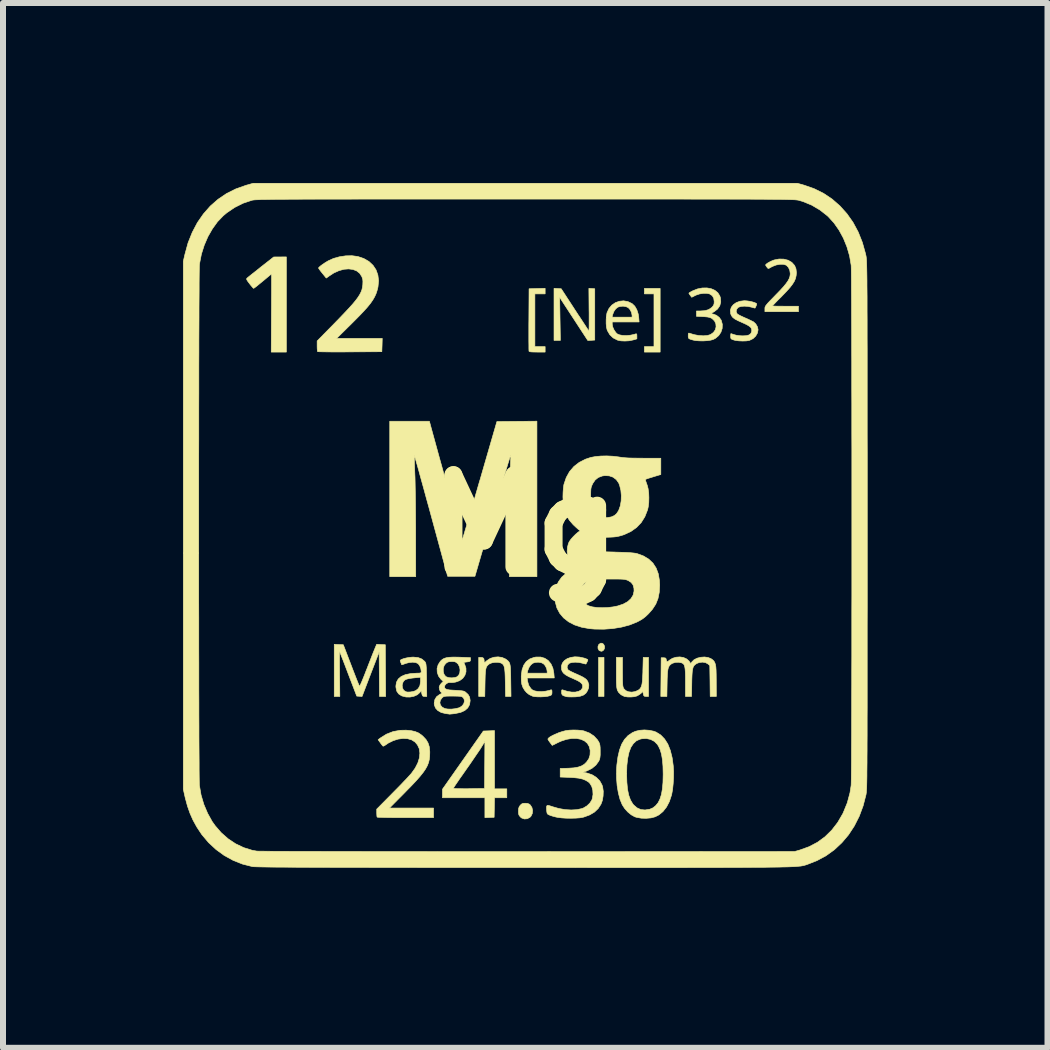
<source format=kicad_pcb>
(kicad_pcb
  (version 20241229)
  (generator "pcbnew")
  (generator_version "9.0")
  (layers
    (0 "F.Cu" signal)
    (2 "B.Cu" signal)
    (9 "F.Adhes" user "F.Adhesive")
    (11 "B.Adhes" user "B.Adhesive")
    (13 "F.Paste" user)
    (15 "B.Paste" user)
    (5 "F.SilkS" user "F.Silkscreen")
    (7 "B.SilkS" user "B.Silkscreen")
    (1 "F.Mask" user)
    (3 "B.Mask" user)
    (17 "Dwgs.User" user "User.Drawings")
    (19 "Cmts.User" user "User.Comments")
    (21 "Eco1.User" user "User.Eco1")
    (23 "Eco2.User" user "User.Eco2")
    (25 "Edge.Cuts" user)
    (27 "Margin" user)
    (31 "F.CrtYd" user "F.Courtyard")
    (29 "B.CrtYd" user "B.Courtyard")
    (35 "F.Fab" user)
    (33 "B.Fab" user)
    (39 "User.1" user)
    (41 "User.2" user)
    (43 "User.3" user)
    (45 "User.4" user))
  (footprint "Mg"
    (layer "F.Cu")
    (at 5.705 5.705)
    (property "Reference" "Mg" (at 0 0 0) (layer "F.SilkS") (effects (font (size 1.524 1.524) (thickness 0.3))))
    (attr through_hole)
    (fp_poly (pts (xy 1.312 2.853) (xy 1.221 2.853) (xy 1.221 2.202) (xy 1.312 2.202) (xy 1.312 2.853)) (stroke (width 0.01) (type solid)) (fill yes) (layer "F.SilkS"))
    (fp_poly (pts (xy 2.248 -2.887) (xy 1.985 -2.887) (xy 1.985 -2.978) (xy 2.145 -2.978) (xy 2.145 -3.857) (xy 1.985 -3.857) (xy 1.985 -3.948) (xy 2.248 -3.948) (xy 2.248 -2.887)) (stroke (width 0.01) (type solid)) (fill yes) (layer "F.SilkS"))
    (fp_poly (pts (xy 1.289 1.97) (xy 1.305 1.983) (xy 1.321 2.014) (xy 1.321 2.048) (xy 1.308 2.078) (xy 1.284 2.096) (xy 1.267 2.1) (xy 1.241 2.092) (xy 1.227 2.082) (xy 1.212 2.052) (xy 1.212 2.017) (xy 1.226 1.986) (xy 1.23 1.982) (xy 1.261 1.964) (xy 1.289 1.97)) (stroke (width 0.01) (type solid)) (fill yes) (layer "F.SilkS"))
    (fp_poly (pts (xy 0.331 -3.857) (xy 0.16 -3.857) (xy 0.16 -2.978) (xy 0.331 -2.978) (xy 0.331 -2.887) (xy 0.199 -2.887) (xy 0.137 -2.888) (xy 0.094 -2.89) (xy 0.07 -2.895) (xy 0.062 -2.901) (xy 0.061 -2.915) (xy 0.06 -2.95) (xy 0.06 -3.002) (xy 0.059 -3.071) (xy 0.059 -3.152) (xy 0.059 -3.245) (xy 0.059 -3.346) (xy 0.06 -3.429) (xy 0.063 -3.942) (xy 0.197 -3.946) (xy 0.331 -3.949) (xy 0.331 -3.857)) (stroke (width 0.01) (type solid)) (fill yes) (layer "F.SilkS"))
    (fp_poly (pts (xy 0.039 4.636) (xy 0.067 4.648) (xy 0.083 4.661) (xy 0.111 4.704) (xy 0.122 4.754) (xy 0.117 4.804) (xy 0.095 4.849) (xy 0.078 4.867) (xy 0.033 4.891) (xy -0.015 4.895) (xy -0.06 4.879) (xy -0.081 4.862) (xy -0.101 4.838) (xy -0.111 4.814) (xy -0.114 4.779) (xy -0.114 4.766) (xy -0.112 4.723) (xy -0.102 4.693) (xy -0.085 4.668) (xy -0.062 4.646) (xy -0.038 4.635) (xy -0.003 4.633) (xy -0.001 4.633) (xy 0.039 4.636)) (stroke (width 0.01) (type solid)) (fill yes) (layer "F.SilkS"))
    (fp_poly (pts (xy 1.109 -3.946) (xy 1.158 -3.942) (xy 1.158 -3.087) (xy 1.1 -3.083) (xy 1.042 -3.08) (xy 0.573 -3.799) (xy 0.585 -3.081) (xy 0.479 -3.081) (xy 0.479 -3.949) (xy 0.539 -3.946) (xy 0.599 -3.942) (xy 0.827 -3.592) (xy 0.879 -3.512) (xy 0.928 -3.439) (xy 0.971 -3.373) (xy 1.007 -3.318) (xy 1.035 -3.275) (xy 1.054 -3.248) (xy 1.061 -3.237) (xy 1.061 -3.237) (xy 1.062 -3.246) (xy 1.063 -3.276) (xy 1.064 -3.323) (xy 1.064 -3.385) (xy 1.064 -3.459) (xy 1.064 -3.543) (xy 1.063 -3.59) (xy 1.06 -3.949) (xy 1.109 -3.946)) (stroke (width 0.01) (type solid)) (fill yes) (layer "F.SilkS"))
    (fp_poly (pts (xy -3.982 -2.887) (xy -4.234 -2.887) (xy -4.231 -3.537) (xy -4.23 -3.657) (xy -4.23 -3.769) (xy -4.229 -3.872) (xy -4.229 -3.964) (xy -4.229 -4.043) (xy -4.229 -4.107) (xy -4.229 -4.154) (xy -4.23 -4.181) (xy -4.23 -4.188) (xy -4.239 -4.181) (xy -4.263 -4.162) (xy -4.298 -4.133) (xy -4.342 -4.096) (xy -4.376 -4.068) (xy -4.425 -4.028) (xy -4.467 -3.993) (xy -4.501 -3.967) (xy -4.522 -3.952) (xy -4.528 -3.949) (xy -4.538 -3.957) (xy -4.558 -3.98) (xy -4.585 -4.012) (xy -4.595 -4.026) (xy -4.624 -4.064) (xy -4.64 -4.089) (xy -4.645 -4.105) (xy -4.641 -4.116) (xy -4.639 -4.118) (xy -4.626 -4.129) (xy -4.598 -4.152) (xy -4.557 -4.185) (xy -4.506 -4.225) (xy -4.448 -4.271) (xy -4.409 -4.303) (xy -4.193 -4.472) (xy -3.982 -4.473) (xy -3.982 -2.887)) (stroke (width 0.01) (type solid)) (fill yes) (layer "F.SilkS"))
    (fp_poly (pts (xy -0.513 4.393) (xy -0.308 4.393) (xy -0.308 4.541) (xy -0.513 4.541) (xy -0.519 4.867) (xy -0.596 4.87) (xy -0.673 4.873) (xy -0.673 4.541) (xy -1.381 4.541) (xy -1.38 4.399) (xy -1.369 4.383) (xy -1.198 4.383) (xy -1.187 4.386) (xy -1.155 4.389) (xy -1.103 4.39) (xy -1.034 4.391) (xy -0.948 4.391) (xy -0.939 4.39) (xy -0.679 4.387) (xy -0.676 3.994) (xy -0.673 3.602) (xy -0.728 3.692) (xy -0.748 3.725) (xy -0.78 3.772) (xy -0.821 3.832) (xy -0.868 3.901) (xy -0.919 3.976) (xy -0.973 4.053) (xy -0.99 4.077) (xy -1.041 4.15) (xy -1.088 4.216) (xy -1.128 4.275) (xy -1.161 4.323) (xy -1.184 4.358) (xy -1.196 4.379) (xy -1.198 4.383) (xy -1.369 4.383) (xy -0.699 3.429) (xy -0.606 3.426) (xy -0.513 3.422) (xy -0.513 4.393)) (stroke (width 0.01) (type solid)) (fill yes) (layer "F.SilkS"))
    (fp_poly (pts (xy -0.387 2.203) (xy -0.33 2.228) (xy -0.33 2.228) (xy -0.305 2.246) (xy -0.285 2.263) (xy -0.27 2.282) (xy -0.259 2.305) (xy -0.252 2.337) (xy -0.247 2.38) (xy -0.245 2.438) (xy -0.243 2.512) (xy -0.242 2.585) (xy -0.238 2.853) (xy -0.329 2.853) (xy -0.333 2.616) (xy -0.335 2.526) (xy -0.338 2.455) (xy -0.343 2.402) (xy -0.35 2.363) (xy -0.36 2.335) (xy -0.374 2.316) (xy -0.392 2.302) (xy -0.41 2.294) (xy -0.452 2.284) (xy -0.503 2.284) (xy -0.554 2.292) (xy -0.595 2.308) (xy -0.602 2.313) (xy -0.623 2.33) (xy -0.639 2.348) (xy -0.651 2.371) (xy -0.659 2.403) (xy -0.664 2.445) (xy -0.668 2.502) (xy -0.67 2.577) (xy -0.671 2.627) (xy -0.675 2.853) (xy -0.776 2.853) (xy -0.776 2.202) (xy -0.737 2.202) (xy -0.707 2.207) (xy -0.69 2.225) (xy -0.685 2.259) (xy -0.685 2.267) (xy -0.685 2.296) (xy -0.64 2.256) (xy -0.586 2.22) (xy -0.521 2.199) (xy -0.453 2.193) (xy -0.387 2.203)) (stroke (width 0.01) (type solid)) (fill yes) (layer "F.SilkS"))
    (fp_poly (pts (xy 1.62 2.445) (xy 1.621 2.526) (xy 1.621 2.588) (xy 1.623 2.634) (xy 1.625 2.667) (xy 1.629 2.69) (xy 1.634 2.707) (xy 1.641 2.722) (xy 1.643 2.724) (xy 1.675 2.756) (xy 1.721 2.775) (xy 1.774 2.781) (xy 1.83 2.772) (xy 1.879 2.751) (xy 1.903 2.734) (xy 1.921 2.713) (xy 1.935 2.685) (xy 1.945 2.648) (xy 1.952 2.598) (xy 1.956 2.531) (xy 1.96 2.446) (xy 1.96 2.422) (xy 1.966 2.202) (xy 2.054 2.202) (xy 2.054 2.853) (xy 2.014 2.853) (xy 1.988 2.85) (xy 1.975 2.839) (xy 1.967 2.812) (xy 1.96 2.771) (xy 1.93 2.8) (xy 1.898 2.824) (xy 1.861 2.845) (xy 1.857 2.846) (xy 1.816 2.857) (xy 1.762 2.862) (xy 1.706 2.861) (xy 1.658 2.854) (xy 1.652 2.853) (xy 1.597 2.825) (xy 1.554 2.783) (xy 1.536 2.75) (xy 1.53 2.73) (xy 1.525 2.704) (xy 1.522 2.669) (xy 1.519 2.622) (xy 1.518 2.559) (xy 1.518 2.478) (xy 1.518 2.453) (xy 1.518 2.202) (xy 1.62 2.202) (xy 1.62 2.445)) (stroke (width 0.01) (type solid)) (fill yes) (layer "F.SilkS"))
    (fp_poly (pts (xy -2.405 1.988) (xy -2.333 1.991) (xy -2.327 2.853) (xy -2.43 2.853) (xy -2.433 2.482) (xy -2.436 2.112) (xy -2.579 2.483) (xy -2.721 2.854) (xy -2.765 2.85) (xy -2.809 2.847) (xy -2.95 2.478) (xy -2.983 2.391) (xy -3.013 2.312) (xy -3.04 2.242) (xy -3.063 2.184) (xy -3.08 2.14) (xy -3.091 2.113) (xy -3.094 2.105) (xy -3.095 2.115) (xy -3.096 2.145) (xy -3.096 2.193) (xy -3.096 2.256) (xy -3.096 2.331) (xy -3.095 2.416) (xy -3.095 2.477) (xy -3.091 2.853) (xy -3.184 2.853) (xy -3.184 1.984) (xy -3.108 1.988) (xy -3.033 1.991) (xy -2.902 2.333) (xy -2.87 2.417) (xy -2.84 2.494) (xy -2.814 2.561) (xy -2.792 2.616) (xy -2.775 2.656) (xy -2.765 2.679) (xy -2.763 2.684) (xy -2.757 2.676) (xy -2.744 2.649) (xy -2.725 2.606) (xy -2.702 2.55) (xy -2.675 2.483) (xy -2.646 2.407) (xy -2.642 2.399) (xy -2.611 2.318) (xy -2.581 2.242) (xy -2.554 2.172) (xy -2.531 2.114) (xy -2.513 2.07) (xy -2.503 2.045) (xy -2.477 1.984) (xy -2.405 1.988)) (stroke (width 0.01) (type solid)) (fill yes) (layer "F.SilkS"))
    (fp_poly (pts (xy 0.324 2.216) (xy 0.382 2.254) (xy 0.428 2.31) (xy 0.46 2.381) (xy 0.476 2.465) (xy 0.483 2.545) (xy 0.031 2.545) (xy 0.038 2.598) (xy 0.057 2.667) (xy 0.093 2.721) (xy 0.117 2.743) (xy 0.156 2.76) (xy 0.21 2.77) (xy 0.274 2.772) (xy 0.34 2.765) (xy 0.404 2.751) (xy 0.426 2.743) (xy 0.438 2.743) (xy 0.444 2.756) (xy 0.445 2.782) (xy 0.443 2.812) (xy 0.433 2.829) (xy 0.41 2.841) (xy 0.408 2.841) (xy 0.368 2.851) (xy 0.316 2.857) (xy 0.257 2.86) (xy 0.199 2.859) (xy 0.151 2.855) (xy 0.123 2.849) (xy 0.065 2.822) (xy 0.021 2.787) (xy -0.012 2.748) (xy -0.04 2.701) (xy -0.058 2.65) (xy -0.066 2.59) (xy -0.067 2.514) (xy -0.066 2.505) (xy -0.061 2.465) (xy 0.032 2.465) (xy 0.365 2.465) (xy 0.365 2.436) (xy 0.356 2.386) (xy 0.331 2.338) (xy 0.302 2.307) (xy 0.264 2.289) (xy 0.215 2.282) (xy 0.165 2.286) (xy 0.126 2.299) (xy 0.091 2.328) (xy 0.061 2.372) (xy 0.041 2.423) (xy 0.04 2.428) (xy 0.032 2.465) (xy -0.061 2.465) (xy -0.054 2.41) (xy -0.026 2.332) (xy 0.016 2.272) (xy 0.074 2.228) (xy 0.146 2.202) (xy 0.178 2.196) (xy 0.256 2.196) (xy 0.324 2.216)) (stroke (width 0.01) (type solid)) (fill yes) (layer "F.SilkS"))
    (fp_poly (pts (xy 1.711 -3.728) (xy 1.78 -3.695) (xy 1.781 -3.694) (xy 1.825 -3.652) (xy 1.859 -3.593) (xy 1.882 -3.522) (xy 1.89 -3.471) (xy 1.897 -3.389) (xy 1.449 -3.389) (xy 1.449 -3.351) (xy 1.457 -3.307) (xy 1.478 -3.259) (xy 1.507 -3.215) (xy 1.532 -3.19) (xy 1.57 -3.174) (xy 1.623 -3.164) (xy 1.686 -3.162) (xy 1.751 -3.168) (xy 1.813 -3.181) (xy 1.84 -3.19) (xy 1.853 -3.191) (xy 1.859 -3.18) (xy 1.86 -3.152) (xy 1.86 -3.107) (xy 1.794 -3.088) (xy 1.729 -3.075) (xy 1.66 -3.071) (xy 1.594 -3.074) (xy 1.54 -3.085) (xy 1.538 -3.086) (xy 1.465 -3.123) (xy 1.409 -3.176) (xy 1.368 -3.246) (xy 1.363 -3.261) (xy 1.353 -3.304) (xy 1.348 -3.361) (xy 1.348 -3.425) (xy 1.351 -3.469) (xy 1.447 -3.469) (xy 1.78 -3.469) (xy 1.78 -3.498) (xy 1.771 -3.547) (xy 1.746 -3.595) (xy 1.717 -3.627) (xy 1.679 -3.644) (xy 1.63 -3.652) (xy 1.579 -3.647) (xy 1.541 -3.635) (xy 1.506 -3.606) (xy 1.476 -3.562) (xy 1.456 -3.51) (xy 1.455 -3.506) (xy 1.447 -3.469) (xy 1.351 -3.469) (xy 1.352 -3.486) (xy 1.361 -3.537) (xy 1.363 -3.544) (xy 1.395 -3.613) (xy 1.442 -3.669) (xy 1.501 -3.71) (xy 1.568 -3.734) (xy 1.639 -3.741) (xy 1.711 -3.728)) (stroke (width 0.01) (type solid)) (fill yes) (layer "F.SilkS"))
    (fp_poly (pts (xy 4.308 -4.436) (xy 4.38 -4.418) (xy 4.439 -4.384) (xy 4.446 -4.378) (xy 4.489 -4.33) (xy 4.512 -4.274) (xy 4.519 -4.212) (xy 4.515 -4.164) (xy 4.505 -4.117) (xy 4.486 -4.07) (xy 4.455 -4.02) (xy 4.413 -3.965) (xy 4.356 -3.901) (xy 4.284 -3.826) (xy 4.266 -3.807) (xy 4.219 -3.761) (xy 4.178 -3.719) (xy 4.147 -3.686) (xy 4.126 -3.665) (xy 4.119 -3.656) (xy 4.13 -3.655) (xy 4.16 -3.653) (xy 4.206 -3.652) (xy 4.264 -3.652) (xy 4.331 -3.651) (xy 4.336 -3.651) (xy 4.553 -3.651) (xy 4.553 -3.56) (xy 3.994 -3.56) (xy 3.994 -3.608) (xy 3.994 -3.624) (xy 3.997 -3.638) (xy 4.005 -3.655) (xy 4.019 -3.674) (xy 4.041 -3.701) (xy 4.074 -3.736) (xy 4.119 -3.782) (xy 4.174 -3.839) (xy 4.247 -3.914) (xy 4.304 -3.976) (xy 4.347 -4.029) (xy 4.378 -4.073) (xy 4.399 -4.113) (xy 4.411 -4.149) (xy 4.416 -4.186) (xy 4.416 -4.198) (xy 4.408 -4.251) (xy 4.386 -4.298) (xy 4.355 -4.331) (xy 4.347 -4.336) (xy 4.301 -4.35) (xy 4.244 -4.35) (xy 4.181 -4.338) (xy 4.119 -4.314) (xy 4.082 -4.294) (xy 4.059 -4.281) (xy 4.045 -4.282) (xy 4.03 -4.299) (xy 4.028 -4.302) (xy 4.012 -4.324) (xy 4.005 -4.339) (xy 4.005 -4.339) (xy 4.015 -4.352) (xy 4.039 -4.37) (xy 4.074 -4.39) (xy 4.112 -4.408) (xy 4.148 -4.422) (xy 4.148 -4.422) (xy 4.23 -4.438) (xy 4.308 -4.436)) (stroke (width 0.01) (type solid)) (fill yes) (layer "F.SilkS"))
    (fp_poly (pts (xy -1.903 3.423) (xy -1.836 3.438) (xy -1.78 3.461) (xy -1.729 3.496) (xy -1.707 3.515) (xy -1.655 3.57) (xy -1.621 3.627) (xy -1.6 3.692) (xy -1.592 3.77) (xy -1.592 3.794) (xy -1.594 3.852) (xy -1.6 3.905) (xy -1.613 3.957) (xy -1.633 4.008) (xy -1.662 4.061) (xy -1.701 4.118) (xy -1.752 4.182) (xy -1.815 4.254) (xy -1.892 4.336) (xy -1.985 4.431) (xy -2.006 4.453) (xy -2.264 4.713) (xy -1.529 4.713) (xy -1.529 4.872) (xy -1.995 4.872) (xy -2.096 4.872) (xy -2.19 4.872) (xy -2.274 4.871) (xy -2.346 4.87) (xy -2.404 4.868) (xy -2.445 4.867) (xy -2.466 4.865) (xy -2.468 4.865) (xy -2.473 4.85) (xy -2.475 4.82) (xy -2.476 4.794) (xy -2.476 4.731) (xy -2.216 4.468) (xy -2.149 4.4) (xy -2.085 4.335) (xy -2.027 4.274) (xy -1.975 4.22) (xy -1.934 4.175) (xy -1.905 4.143) (xy -1.897 4.134) (xy -1.835 4.047) (xy -1.791 3.961) (xy -1.765 3.877) (xy -1.757 3.797) (xy -1.767 3.724) (xy -1.797 3.66) (xy -1.837 3.613) (xy -1.893 3.577) (xy -1.961 3.557) (xy -2.038 3.553) (xy -2.12 3.564) (xy -2.202 3.59) (xy -2.283 3.63) (xy -2.325 3.659) (xy -2.35 3.675) (xy -2.368 3.682) (xy -2.371 3.681) (xy -2.382 3.67) (xy -2.401 3.646) (xy -2.416 3.625) (xy -2.453 3.574) (xy -2.415 3.545) (xy -2.313 3.481) (xy -2.202 3.438) (xy -2.085 3.417) (xy -1.985 3.415) (xy -1.903 3.423)) (stroke (width 0.01) (type solid)) (fill yes) (layer "F.SilkS"))
    (fp_poly (pts (xy 0.901 2.196) (xy 0.98 2.213) (xy 1.018 2.227) (xy 1.038 2.236) (xy 1.043 2.247) (xy 1.034 2.268) (xy 1.031 2.275) (xy 1.018 2.299) (xy 1.011 2.313) (xy 1.011 2.313) (xy 1 2.311) (xy 0.974 2.305) (xy 0.953 2.299) (xy 0.894 2.286) (xy 0.834 2.282) (xy 0.78 2.286) (xy 0.738 2.298) (xy 0.726 2.306) (xy 0.702 2.336) (xy 0.697 2.371) (xy 0.709 2.404) (xy 0.717 2.412) (xy 0.736 2.424) (xy 0.771 2.442) (xy 0.815 2.463) (xy 0.843 2.475) (xy 0.912 2.506) (xy 0.962 2.531) (xy 0.998 2.554) (xy 1.022 2.575) (xy 1.039 2.599) (xy 1.043 2.606) (xy 1.059 2.658) (xy 1.056 2.708) (xy 1.038 2.756) (xy 1.01 2.799) (xy 0.97 2.83) (xy 0.916 2.849) (xy 0.845 2.859) (xy 0.816 2.86) (xy 0.767 2.861) (xy 0.725 2.86) (xy 0.697 2.858) (xy 0.69 2.857) (xy 0.646 2.844) (xy 0.62 2.831) (xy 0.608 2.812) (xy 0.605 2.784) (xy 0.605 2.782) (xy 0.606 2.753) (xy 0.612 2.742) (xy 0.625 2.744) (xy 0.701 2.768) (xy 0.772 2.78) (xy 0.835 2.78) (xy 0.889 2.768) (xy 0.928 2.746) (xy 0.952 2.714) (xy 0.956 2.693) (xy 0.955 2.665) (xy 0.942 2.64) (xy 0.916 2.616) (xy 0.874 2.59) (xy 0.812 2.562) (xy 0.795 2.554) (xy 0.725 2.523) (xy 0.674 2.494) (xy 0.639 2.466) (xy 0.617 2.437) (xy 0.605 2.404) (xy 0.602 2.347) (xy 0.618 2.297) (xy 0.652 2.255) (xy 0.699 2.223) (xy 0.758 2.202) (xy 0.826 2.192) (xy 0.901 2.196)) (stroke (width 0.01) (type solid)) (fill yes) (layer "F.SilkS"))
    (fp_poly (pts (xy 2.637 2.204) (xy 2.69 2.228) (xy 2.73 2.264) (xy 2.736 2.273) (xy 2.758 2.306) (xy 2.777 2.277) (xy 2.813 2.241) (xy 2.864 2.215) (xy 2.924 2.2) (xy 2.987 2.195) (xy 3.048 2.204) (xy 3.097 2.224) (xy 3.122 2.242) (xy 3.142 2.261) (xy 3.157 2.285) (xy 3.168 2.316) (xy 3.176 2.358) (xy 3.18 2.413) (xy 3.182 2.485) (xy 3.183 2.575) (xy 3.183 2.599) (xy 3.184 2.853) (xy 3.082 2.853) (xy 3.079 2.595) (xy 3.075 2.337) (xy 3.043 2.31) (xy 3.004 2.289) (xy 2.954 2.281) (xy 2.901 2.287) (xy 2.856 2.304) (xy 2.832 2.321) (xy 2.813 2.339) (xy 2.799 2.363) (xy 2.79 2.395) (xy 2.783 2.438) (xy 2.779 2.495) (xy 2.776 2.571) (xy 2.775 2.627) (xy 2.771 2.853) (xy 2.67 2.853) (xy 2.67 2.612) (xy 2.67 2.522) (xy 2.668 2.451) (xy 2.664 2.397) (xy 2.658 2.358) (xy 2.649 2.33) (xy 2.637 2.312) (xy 2.621 2.3) (xy 2.606 2.293) (xy 2.556 2.283) (xy 2.502 2.285) (xy 2.454 2.3) (xy 2.445 2.304) (xy 2.421 2.321) (xy 2.403 2.339) (xy 2.389 2.363) (xy 2.379 2.395) (xy 2.372 2.438) (xy 2.368 2.496) (xy 2.365 2.571) (xy 2.364 2.627) (xy 2.36 2.853) (xy 2.259 2.853) (xy 2.262 2.53) (xy 2.265 2.208) (xy 2.305 2.208) (xy 2.333 2.211) (xy 2.346 2.223) (xy 2.348 2.231) (xy 2.355 2.263) (xy 2.365 2.274) (xy 2.382 2.266) (xy 2.402 2.249) (xy 2.453 2.217) (xy 2.513 2.199) (xy 2.576 2.194) (xy 2.637 2.204)) (stroke (width 0.01) (type solid)) (fill yes) (layer "F.SilkS"))
    (fp_poly (pts (xy -2.793 -4.48) (xy -2.791 -4.48) (xy -2.691 -4.446) (xy -2.606 -4.397) (xy -2.538 -4.333) (xy -2.488 -4.258) (xy -2.457 -4.172) (xy -2.445 -4.076) (xy -2.455 -3.974) (xy -2.457 -3.964) (xy -2.471 -3.909) (xy -2.488 -3.858) (xy -2.511 -3.808) (xy -2.541 -3.756) (xy -2.579 -3.701) (xy -2.628 -3.64) (xy -2.689 -3.572) (xy -2.763 -3.494) (xy -2.852 -3.404) (xy -2.894 -3.362) (xy -3.144 -3.115) (xy -2.764 -3.115) (xy -2.384 -3.115) (xy -2.387 -3.004) (xy -2.391 -2.893) (xy -2.922 -2.89) (xy -3.03 -2.889) (xy -3.131 -2.889) (xy -3.223 -2.889) (xy -3.303 -2.89) (xy -3.369 -2.891) (xy -3.419 -2.892) (xy -3.45 -2.893) (xy -3.461 -2.894) (xy -3.465 -2.909) (xy -3.468 -2.94) (xy -3.469 -2.981) (xy -3.469 -2.987) (xy -3.469 -3.072) (xy -3.188 -3.358) (xy -3.088 -3.461) (xy -3.003 -3.55) (xy -2.931 -3.627) (xy -2.872 -3.693) (xy -2.825 -3.75) (xy -2.788 -3.8) (xy -2.76 -3.844) (xy -2.739 -3.885) (xy -2.724 -3.923) (xy -2.715 -3.961) (xy -2.709 -4.001) (xy -2.708 -4.013) (xy -2.706 -4.062) (xy -2.709 -4.099) (xy -2.72 -4.133) (xy -2.724 -4.144) (xy -2.76 -4.2) (xy -2.811 -4.24) (xy -2.873 -4.264) (xy -2.944 -4.273) (xy -3.023 -4.267) (xy -3.105 -4.244) (xy -3.19 -4.206) (xy -3.264 -4.158) (xy -3.317 -4.12) (xy -3.381 -4.199) (xy -3.41 -4.235) (xy -3.432 -4.265) (xy -3.445 -4.285) (xy -3.446 -4.289) (xy -3.437 -4.301) (xy -3.412 -4.323) (xy -3.377 -4.349) (xy -3.334 -4.378) (xy -3.289 -4.405) (xy -3.286 -4.407) (xy -3.198 -4.447) (xy -3.098 -4.475) (xy -2.992 -4.491) (xy -2.888 -4.493) (xy -2.793 -4.48)) (stroke (width 0.01) (type solid)) (fill yes) (layer "F.SilkS"))
    (fp_poly (pts (xy 3.696 -3.74) (xy 3.742 -3.733) (xy 3.786 -3.723) (xy 3.824 -3.711) (xy 3.849 -3.699) (xy 3.857 -3.69) (xy 3.852 -3.668) (xy 3.84 -3.64) (xy 3.829 -3.62) (xy 3.818 -3.622) (xy 3.792 -3.629) (xy 3.772 -3.635) (xy 3.712 -3.648) (xy 3.652 -3.652) (xy 3.598 -3.648) (xy 3.556 -3.635) (xy 3.545 -3.628) (xy 3.521 -3.597) (xy 3.515 -3.562) (xy 3.528 -3.53) (xy 3.535 -3.522) (xy 3.555 -3.509) (xy 3.589 -3.491) (xy 3.634 -3.47) (xy 3.661 -3.458) (xy 3.711 -3.436) (xy 3.757 -3.414) (xy 3.793 -3.396) (xy 3.805 -3.39) (xy 3.842 -3.355) (xy 3.869 -3.309) (xy 3.88 -3.26) (xy 3.88 -3.258) (xy 3.869 -3.204) (xy 3.84 -3.153) (xy 3.796 -3.111) (xy 3.741 -3.084) (xy 3.734 -3.081) (xy 3.684 -3.073) (xy 3.622 -3.071) (xy 3.557 -3.074) (xy 3.499 -3.082) (xy 3.477 -3.088) (xy 3.445 -3.099) (xy 3.429 -3.11) (xy 3.424 -3.128) (xy 3.423 -3.15) (xy 3.424 -3.178) (xy 3.427 -3.194) (xy 3.427 -3.195) (xy 3.44 -3.191) (xy 3.466 -3.182) (xy 3.482 -3.177) (xy 3.52 -3.167) (xy 3.57 -3.16) (xy 3.619 -3.157) (xy 3.685 -3.16) (xy 3.731 -3.173) (xy 3.76 -3.197) (xy 3.774 -3.232) (xy 3.775 -3.24) (xy 3.773 -3.269) (xy 3.761 -3.294) (xy 3.734 -3.318) (xy 3.691 -3.344) (xy 3.63 -3.372) (xy 3.615 -3.379) (xy 3.546 -3.41) (xy 3.495 -3.437) (xy 3.46 -3.463) (xy 3.438 -3.491) (xy 3.424 -3.523) (xy 3.423 -3.527) (xy 3.418 -3.583) (xy 3.434 -3.634) (xy 3.468 -3.677) (xy 3.516 -3.711) (xy 3.578 -3.734) (xy 3.65 -3.743) (xy 3.654 -3.743) (xy 3.696 -3.74)) (stroke (width 0.01) (type solid)) (fill yes) (layer "F.SilkS"))
    (fp_poly (pts (xy 3.098 -3.943) (xy 3.16 -3.916) (xy 3.209 -3.876) (xy 3.242 -3.823) (xy 3.253 -3.79) (xy 3.258 -3.721) (xy 3.242 -3.659) (xy 3.205 -3.605) (xy 3.15 -3.561) (xy 3.145 -3.559) (xy 3.09 -3.529) (xy 3.127 -3.522) (xy 3.186 -3.5) (xy 3.234 -3.463) (xy 3.265 -3.419) (xy 3.284 -3.351) (xy 3.282 -3.282) (xy 3.261 -3.218) (xy 3.223 -3.161) (xy 3.168 -3.115) (xy 3.132 -3.097) (xy 3.089 -3.085) (xy 3.031 -3.077) (xy 2.965 -3.073) (xy 2.898 -3.074) (xy 2.837 -3.079) (xy 2.797 -3.087) (xy 2.756 -3.099) (xy 2.731 -3.109) (xy 2.72 -3.122) (xy 2.716 -3.142) (xy 2.716 -3.163) (xy 2.717 -3.192) (xy 2.724 -3.203) (xy 2.733 -3.202) (xy 2.811 -3.178) (xy 2.891 -3.163) (xy 2.968 -3.158) (xy 3.035 -3.163) (xy 3.088 -3.179) (xy 3.089 -3.18) (xy 3.136 -3.214) (xy 3.167 -3.258) (xy 3.18 -3.308) (xy 3.176 -3.359) (xy 3.154 -3.406) (xy 3.115 -3.444) (xy 3.104 -3.451) (xy 3.075 -3.464) (xy 3.035 -3.472) (xy 2.98 -3.477) (xy 2.959 -3.478) (xy 2.853 -3.483) (xy 2.853 -3.572) (xy 2.918 -3.572) (xy 2.995 -3.577) (xy 3.056 -3.595) (xy 3.104 -3.627) (xy 3.112 -3.634) (xy 3.135 -3.662) (xy 3.146 -3.688) (xy 3.149 -3.724) (xy 3.149 -3.729) (xy 3.141 -3.785) (xy 3.116 -3.827) (xy 3.072 -3.856) (xy 3.069 -3.857) (xy 3.024 -3.866) (xy 2.967 -3.866) (xy 2.905 -3.856) (xy 2.848 -3.837) (xy 2.833 -3.83) (xy 2.774 -3.8) (xy 2.751 -3.83) (xy 2.735 -3.853) (xy 2.727 -3.867) (xy 2.727 -3.868) (xy 2.736 -3.877) (xy 2.761 -3.892) (xy 2.787 -3.906) (xy 2.869 -3.939) (xy 2.95 -3.955) (xy 3.028 -3.956) (xy 3.098 -3.943)) (stroke (width 0.01) (type solid)) (fill yes) (layer "F.SilkS"))
    (fp_poly (pts (xy 2.067 3.417) (xy 2.143 3.433) (xy 2.18 3.447) (xy 2.257 3.495) (xy 2.322 3.562) (xy 2.376 3.647) (xy 2.417 3.751) (xy 2.448 3.875) (xy 2.466 4.008) (xy 2.472 4.102) (xy 2.471 4.204) (xy 2.465 4.307) (xy 2.455 4.404) (xy 2.44 4.487) (xy 2.436 4.501) (xy 2.401 4.606) (xy 2.354 4.696) (xy 2.295 4.771) (xy 2.227 4.827) (xy 2.164 4.859) (xy 2.096 4.877) (xy 2.016 4.884) (xy 1.935 4.882) (xy 1.86 4.869) (xy 1.826 4.859) (xy 1.768 4.827) (xy 1.709 4.779) (xy 1.657 4.721) (xy 1.617 4.659) (xy 1.616 4.658) (xy 1.579 4.568) (xy 1.551 4.461) (xy 1.531 4.342) (xy 1.521 4.214) (xy 1.521 4.144) (xy 1.689 4.144) (xy 1.693 4.282) (xy 1.704 4.4) (xy 1.724 4.498) (xy 1.753 4.578) (xy 1.79 4.641) (xy 1.806 4.661) (xy 1.863 4.71) (xy 1.925 4.738) (xy 1.996 4.745) (xy 2.074 4.733) (xy 2.129 4.709) (xy 2.174 4.673) (xy 2.214 4.624) (xy 2.245 4.562) (xy 2.269 4.487) (xy 2.285 4.396) (xy 2.295 4.287) (xy 2.298 4.158) (xy 2.298 4.142) (xy 2.295 4.015) (xy 2.286 3.908) (xy 2.271 3.819) (xy 2.25 3.745) (xy 2.221 3.683) (xy 2.202 3.653) (xy 2.152 3.602) (xy 2.089 3.569) (xy 2.018 3.554) (xy 1.943 3.558) (xy 1.913 3.565) (xy 1.852 3.592) (xy 1.802 3.638) (xy 1.76 3.701) (xy 1.729 3.783) (xy 1.707 3.884) (xy 1.693 4.005) (xy 1.689 4.144) (xy 1.521 4.144) (xy 1.521 4.082) (xy 1.526 3.997) (xy 1.544 3.861) (xy 1.571 3.745) (xy 1.607 3.648) (xy 1.654 3.569) (xy 1.712 3.506) (xy 1.782 3.458) (xy 1.835 3.434) (xy 1.905 3.417) (xy 1.985 3.411) (xy 2.067 3.417)) (stroke (width 0.01) (type solid)) (fill yes) (layer "F.SilkS"))
    (fp_poly (pts (xy -1.786 2.205) (xy -1.724 2.229) (xy -1.677 2.268) (xy -1.672 2.274) (xy -1.665 2.286) (xy -1.659 2.299) (xy -1.655 2.318) (xy -1.652 2.345) (xy -1.649 2.383) (xy -1.648 2.435) (xy -1.646 2.504) (xy -1.645 2.58) (xy -1.642 2.853) (xy -1.677 2.853) (xy -1.699 2.851) (xy -1.712 2.843) (xy -1.721 2.822) (xy -1.728 2.792) (xy -1.735 2.759) (xy -1.758 2.788) (xy -1.8 2.825) (xy -1.856 2.85) (xy -1.921 2.863) (xy -1.988 2.862) (xy -2.051 2.846) (xy -2.062 2.842) (xy -2.111 2.81) (xy -2.142 2.765) (xy -2.155 2.706) (xy -2.157 2.68) (xy -2.154 2.662) (xy -2.052 2.662) (xy -2.048 2.709) (xy -2.028 2.748) (xy -1.993 2.774) (xy -1.959 2.78) (xy -1.914 2.778) (xy -1.867 2.77) (xy -1.827 2.756) (xy -1.826 2.756) (xy -1.783 2.721) (xy -1.756 2.671) (xy -1.746 2.606) (xy -1.746 2.599) (xy -1.746 2.533) (xy -1.811 2.539) (xy -1.885 2.547) (xy -1.939 2.555) (xy -1.978 2.565) (xy -2.005 2.577) (xy -2.023 2.593) (xy -2.037 2.614) (xy -2.038 2.615) (xy -2.052 2.662) (xy -2.154 2.662) (xy -2.147 2.616) (xy -2.117 2.562) (xy -2.068 2.52) (xy -2 2.49) (xy -1.913 2.472) (xy -1.806 2.465) (xy -1.8 2.465) (xy -1.763 2.464) (xy -1.743 2.46) (xy -1.736 2.451) (xy -1.734 2.439) (xy -1.741 2.389) (xy -1.759 2.343) (xy -1.784 2.309) (xy -1.788 2.305) (xy -1.826 2.288) (xy -1.877 2.282) (xy -1.937 2.288) (xy -1.998 2.304) (xy -1.999 2.305) (xy -2.031 2.317) (xy -2.054 2.324) (xy -2.059 2.325) (xy -2.076 2.284) (xy -2.084 2.257) (xy -2.083 2.249) (xy -2.065 2.237) (xy -2.031 2.224) (xy -1.986 2.212) (xy -1.937 2.203) (xy -1.889 2.198) (xy -1.866 2.197) (xy -1.786 2.205)) (stroke (width 0.01) (type solid)) (fill yes) (layer "F.SilkS"))
    (fp_poly (pts (xy 0.194 0.856) (xy -0.265 0.856) (xy -0.258 -0.066) (xy -0.257 -0.211) (xy -0.256 -0.352) (xy -0.254 -0.486) (xy -0.253 -0.611) (xy -0.251 -0.726) (xy -0.25 -0.828) (xy -0.248 -0.915) (xy -0.247 -0.987) (xy -0.246 -1.04) (xy -0.244 -1.072) (xy -0.244 -1.078) (xy -0.242 -1.119) (xy -0.242 -1.148) (xy -0.245 -1.161) (xy -0.246 -1.161) (xy -0.251 -1.149) (xy -0.261 -1.116) (xy -0.277 -1.065) (xy -0.298 -0.997) (xy -0.323 -0.912) (xy -0.352 -0.814) (xy -0.385 -0.703) (xy -0.421 -0.581) (xy -0.46 -0.45) (xy -0.501 -0.31) (xy -0.543 -0.165) (xy -0.547 -0.151) (xy -0.839 0.85) (xy -1.294 0.85) (xy -1.568 -0.157) (xy -1.608 -0.304) (xy -1.647 -0.444) (xy -1.683 -0.577) (xy -1.717 -0.7) (xy -1.748 -0.811) (xy -1.775 -0.911) (xy -1.799 -0.996) (xy -1.819 -1.065) (xy -1.834 -1.117) (xy -1.844 -1.151) (xy -1.848 -1.164) (xy -1.848 -1.164) (xy -1.849 -1.153) (xy -1.849 -1.122) (xy -1.848 -1.075) (xy -1.847 -1.013) (xy -1.844 -0.941) (xy -1.841 -0.864) (xy -1.838 -0.797) (xy -1.836 -0.71) (xy -1.834 -0.606) (xy -1.832 -0.489) (xy -1.83 -0.362) (xy -1.829 -0.229) (xy -1.828 -0.091) (xy -1.827 0.047) (xy -1.827 0.145) (xy -1.826 0.856) (xy -2.259 0.856) (xy -2.259 -1.734) (xy -1.599 -1.734) (xy -1.588 -1.697) (xy -1.584 -1.681) (xy -1.574 -1.644) (xy -1.559 -1.589) (xy -1.539 -1.516) (xy -1.515 -1.429) (xy -1.487 -1.327) (xy -1.456 -1.214) (xy -1.422 -1.09) (xy -1.385 -0.958) (xy -1.347 -0.818) (xy -1.318 -0.71) (xy -1.279 -0.568) (xy -1.241 -0.432) (xy -1.206 -0.304) (xy -1.173 -0.186) (xy -1.143 -0.078) (xy -1.116 0.016) (xy -1.094 0.096) (xy -1.075 0.159) (xy -1.062 0.206) (xy -1.053 0.233) (xy -1.051 0.239) (xy -1.047 0.229) (xy -1.037 0.198) (xy -1.021 0.148) (xy -1.001 0.08) (xy -0.976 -0.002) (xy -0.947 -0.1) (xy -0.915 -0.209) (xy -0.879 -0.33) (xy -0.841 -0.46) (xy -0.801 -0.599) (xy -0.759 -0.744) (xy -0.758 -0.745) (xy -0.473 -1.729) (xy 0.194 -1.735) (xy 0.194 0.856)) (stroke (width 0.01) (type solid)) (fill yes) (layer "F.SilkS"))
    (fp_poly (pts (xy 0.876 3.414) (xy 0.939 3.42) (xy 0.976 3.427) (xy 1.068 3.462) (xy 1.144 3.512) (xy 1.203 3.576) (xy 1.225 3.611) (xy 1.237 3.637) (xy 1.244 3.666) (xy 1.248 3.703) (xy 1.249 3.755) (xy 1.249 3.771) (xy 1.249 3.828) (xy 1.245 3.868) (xy 1.239 3.898) (xy 1.228 3.924) (xy 1.225 3.931) (xy 1.177 3.997) (xy 1.112 4.051) (xy 1.029 4.093) (xy 1.005 4.102) (xy 0.964 4.116) (xy 1.027 4.129) (xy 1.112 4.157) (xy 1.183 4.201) (xy 1.24 4.258) (xy 1.279 4.328) (xy 1.29 4.363) (xy 1.3 4.434) (xy 1.297 4.512) (xy 1.284 4.588) (xy 1.262 4.648) (xy 1.215 4.721) (xy 1.152 4.781) (xy 1.072 4.828) (xy 0.973 4.864) (xy 0.964 4.866) (xy 0.91 4.876) (xy 0.841 4.881) (xy 0.762 4.883) (xy 0.681 4.882) (xy 0.604 4.877) (xy 0.537 4.868) (xy 0.508 4.862) (xy 0.462 4.85) (xy 0.421 4.837) (xy 0.394 4.826) (xy 0.373 4.814) (xy 0.363 4.798) (xy 0.358 4.77) (xy 0.356 4.748) (xy 0.354 4.705) (xy 0.357 4.679) (xy 0.37 4.668) (xy 0.394 4.671) (xy 0.436 4.684) (xy 0.453 4.69) (xy 0.557 4.72) (xy 0.663 4.739) (xy 0.765 4.745) (xy 0.86 4.74) (xy 0.942 4.722) (xy 0.969 4.712) (xy 1.026 4.678) (xy 1.074 4.633) (xy 1.108 4.582) (xy 1.117 4.556) (xy 1.129 4.486) (xy 1.125 4.416) (xy 1.108 4.353) (xy 1.077 4.302) (xy 1.056 4.281) (xy 1.01 4.252) (xy 0.956 4.23) (xy 0.89 4.215) (xy 0.808 4.206) (xy 0.739 4.202) (xy 0.582 4.196) (xy 0.582 4.053) (xy 0.722 4.049) (xy 0.81 4.043) (xy 0.879 4.031) (xy 0.935 4.012) (xy 0.981 3.985) (xy 1.02 3.948) (xy 1.059 3.892) (xy 1.079 3.83) (xy 1.082 3.757) (xy 1.082 3.754) (xy 1.067 3.689) (xy 1.035 3.635) (xy 0.987 3.594) (xy 0.927 3.567) (xy 0.855 3.553) (xy 0.775 3.553) (xy 0.687 3.568) (xy 0.596 3.598) (xy 0.547 3.62) (xy 0.449 3.669) (xy 0.413 3.621) (xy 0.392 3.592) (xy 0.379 3.57) (xy 0.377 3.562) (xy 0.387 3.547) (xy 0.414 3.526) (xy 0.455 3.503) (xy 0.505 3.48) (xy 0.559 3.457) (xy 0.614 3.439) (xy 0.665 3.425) (xy 0.674 3.423) (xy 0.735 3.415) (xy 0.805 3.412) (xy 0.876 3.414)) (stroke (width 0.01) (type solid)) (fill yes) (layer "F.SilkS"))
    (fp_poly (pts (xy -1.12 2.198) (xy -1.091 2.199) (xy -0.913 2.206) (xy -0.913 2.238) (xy -0.915 2.257) (xy -0.924 2.268) (xy -0.947 2.274) (xy -0.969 2.277) (xy -1.026 2.285) (xy -1.011 2.315) (xy -0.989 2.38) (xy -0.988 2.443) (xy -1.007 2.502) (xy -1.043 2.552) (xy -1.095 2.59) (xy -1.159 2.613) (xy -1.201 2.62) (xy -1.238 2.622) (xy -1.256 2.62) (xy -1.287 2.624) (xy -1.318 2.642) (xy -1.34 2.668) (xy -1.346 2.691) (xy -1.343 2.711) (xy -1.33 2.726) (xy -1.305 2.736) (xy -1.265 2.744) (xy -1.206 2.748) (xy -1.168 2.75) (xy -1.106 2.754) (xy -1.062 2.758) (xy -1.032 2.763) (xy -1.01 2.771) (xy -0.997 2.78) (xy -0.953 2.82) (xy -0.928 2.864) (xy -0.919 2.917) (xy -0.919 2.925) (xy -0.929 2.99) (xy -0.959 3.044) (xy -1.008 3.087) (xy -1.076 3.118) (xy -1.164 3.137) (xy -1.167 3.138) (xy -1.209 3.143) (xy -1.242 3.146) (xy -1.26 3.148) (xy -1.261 3.148) (xy -1.278 3.145) (xy -1.309 3.141) (xy -1.33 3.138) (xy -1.402 3.12) (xy -1.458 3.088) (xy -1.496 3.046) (xy -1.516 2.994) (xy -1.518 2.969) (xy -1.516 2.958) (xy -1.424 2.958) (xy -1.413 2.998) (xy -1.384 3.032) (xy -1.34 3.055) (xy -1.291 3.063) (xy -1.23 3.064) (xy -1.168 3.057) (xy -1.112 3.044) (xy -1.089 3.035) (xy -1.049 3.007) (xy -1.024 2.97) (xy -1.014 2.93) (xy -1.022 2.892) (xy -1.04 2.869) (xy -1.052 2.86) (xy -1.069 2.853) (xy -1.095 2.85) (xy -1.134 2.848) (xy -1.19 2.847) (xy -1.21 2.847) (xy -1.27 2.847) (xy -1.313 2.848) (xy -1.341 2.851) (xy -1.36 2.856) (xy -1.374 2.865) (xy -1.385 2.874) (xy -1.415 2.915) (xy -1.424 2.958) (xy -1.516 2.958) (xy -1.508 2.907) (xy -1.479 2.858) (xy -1.432 2.823) (xy -1.423 2.818) (xy -1.396 2.804) (xy -1.388 2.795) (xy -1.394 2.79) (xy -1.415 2.771) (xy -1.429 2.74) (xy -1.435 2.704) (xy -1.433 2.686) (xy -1.419 2.658) (xy -1.397 2.63) (xy -1.396 2.63) (xy -1.367 2.602) (xy -1.407 2.565) (xy -1.446 2.513) (xy -1.467 2.452) (xy -1.468 2.436) (xy -1.367 2.436) (xy -1.355 2.482) (xy -1.329 2.517) (xy -1.313 2.527) (xy -1.274 2.54) (xy -1.224 2.543) (xy -1.175 2.538) (xy -1.141 2.527) (xy -1.11 2.5) (xy -1.092 2.459) (xy -1.087 2.411) (xy -1.095 2.362) (xy -1.117 2.318) (xy -1.13 2.303) (xy -1.153 2.284) (xy -1.177 2.274) (xy -1.212 2.271) (xy -1.226 2.271) (xy -1.267 2.273) (xy -1.295 2.281) (xy -1.32 2.299) (xy -1.325 2.302) (xy -1.353 2.34) (xy -1.367 2.387) (xy -1.367 2.436) (xy -1.468 2.436) (xy -1.47 2.388) (xy -1.453 2.326) (xy -1.417 2.269) (xy -1.411 2.262) (xy -1.384 2.237) (xy -1.353 2.219) (xy -1.314 2.207) (xy -1.265 2.2) (xy -1.201 2.197) (xy -1.12 2.198)) (stroke (width 0.01) (type solid)) (fill yes) (layer "F.SilkS"))
    (fp_poly (pts (xy 1.458 -1.151) (xy 1.551 -1.14) (xy 1.569 -1.137) (xy 1.61 -1.131) (xy 1.658 -1.126) (xy 1.714 -1.122) (xy 1.783 -1.12) (xy 1.868 -1.119) (xy 1.965 -1.118) (xy 2.259 -1.118) (xy 2.259 -0.846) (xy 2.159 -0.816) (xy 2.098 -0.797) (xy 2.055 -0.784) (xy 2.028 -0.775) (xy 2.012 -0.768) (xy 2.005 -0.762) (xy 2.004 -0.755) (xy 2.004 -0.752) (xy 2.009 -0.733) (xy 2.02 -0.701) (xy 2.032 -0.668) (xy 2.047 -0.611) (xy 2.057 -0.539) (xy 2.06 -0.459) (xy 2.058 -0.379) (xy 2.049 -0.306) (xy 2.038 -0.257) (xy 1.993 -0.143) (xy 1.932 -0.045) (xy 1.854 0.037) (xy 1.759 0.104) (xy 1.647 0.156) (xy 1.597 0.172) (xy 1.558 0.182) (xy 1.519 0.19) (xy 1.474 0.195) (xy 1.419 0.198) (xy 1.346 0.2) (xy 1.33 0.2) (xy 1.262 0.201) (xy 1.212 0.202) (xy 1.179 0.205) (xy 1.156 0.208) (xy 1.142 0.214) (xy 1.133 0.222) (xy 1.128 0.227) (xy 1.111 0.256) (xy 1.097 0.292) (xy 1.096 0.294) (xy 1.092 0.341) (xy 1.109 0.38) (xy 1.147 0.413) (xy 1.152 0.416) (xy 1.166 0.423) (xy 1.182 0.429) (xy 1.204 0.433) (xy 1.233 0.437) (xy 1.273 0.439) (xy 1.328 0.442) (xy 1.399 0.444) (xy 1.49 0.446) (xy 1.495 0.447) (xy 1.6 0.45) (xy 1.685 0.453) (xy 1.752 0.457) (xy 1.803 0.462) (xy 1.842 0.467) (xy 1.863 0.472) (xy 1.969 0.511) (xy 2.057 0.564) (xy 2.128 0.631) (xy 2.181 0.713) (xy 2.217 0.809) (xy 2.236 0.921) (xy 2.24 0.998) (xy 2.233 1.117) (xy 2.212 1.221) (xy 2.175 1.314) (xy 2.119 1.4) (xy 2.055 1.473) (xy 2.005 1.521) (xy 1.96 1.556) (xy 1.91 1.587) (xy 1.86 1.613) (xy 1.74 1.661) (xy 1.605 1.697) (xy 1.46 1.721) (xy 1.308 1.732) (xy 1.156 1.73) (xy 1.072 1.723) (xy 0.939 1.699) (xy 0.822 1.661) (xy 0.722 1.609) (xy 0.639 1.544) (xy 0.574 1.467) (xy 0.527 1.378) (xy 0.5 1.278) (xy 0.492 1.169) (xy 0.492 1.167) (xy 0.915 1.167) (xy 0.92 1.208) (xy 0.924 1.221) (xy 0.948 1.258) (xy 0.986 1.296) (xy 1.031 1.329) (xy 1.058 1.343) (xy 1.119 1.36) (xy 1.195 1.371) (xy 1.282 1.374) (xy 1.373 1.371) (xy 1.464 1.36) (xy 1.539 1.345) (xy 1.632 1.314) (xy 1.707 1.273) (xy 1.762 1.222) (xy 1.798 1.163) (xy 1.813 1.096) (xy 1.811 1.049) (xy 1.796 0.994) (xy 1.765 0.953) (xy 1.716 0.921) (xy 1.713 0.92) (xy 1.696 0.913) (xy 1.677 0.907) (xy 1.655 0.902) (xy 1.626 0.899) (xy 1.587 0.897) (xy 1.535 0.896) (xy 1.466 0.896) (xy 1.381 0.896) (xy 1.294 0.896) (xy 1.226 0.896) (xy 1.175 0.897) (xy 1.138 0.899) (xy 1.11 0.902) (xy 1.089 0.906) (xy 1.072 0.912) (xy 1.055 0.92) (xy 1.044 0.926) (xy 0.983 0.968) (xy 0.941 1.023) (xy 0.919 1.089) (xy 0.915 1.118) (xy 0.915 1.167) (xy 0.492 1.167) (xy 0.494 1.135) (xy 0.512 1.034) (xy 0.551 0.944) (xy 0.607 0.865) (xy 0.682 0.799) (xy 0.772 0.749) (xy 0.807 0.735) (xy 0.84 0.722) (xy 0.862 0.712) (xy 0.867 0.708) (xy 0.858 0.698) (xy 0.837 0.682) (xy 0.829 0.677) (xy 0.792 0.645) (xy 0.755 0.598) (xy 0.725 0.545) (xy 0.706 0.497) (xy 0.698 0.434) (xy 0.703 0.365) (xy 0.72 0.301) (xy 0.734 0.271) (xy 0.761 0.233) (xy 0.799 0.19) (xy 0.841 0.148) (xy 0.88 0.115) (xy 0.896 0.104) (xy 0.912 0.093) (xy 0.908 0.085) (xy 0.896 0.077) (xy 0.878 0.063) (xy 0.849 0.037) (xy 0.814 0.004) (xy 0.798 -0.011) (xy 0.735 -0.084) (xy 0.687 -0.162) (xy 0.655 -0.249) (xy 0.635 -0.349) (xy 0.628 -0.465) (xy 0.628 -0.479) (xy 1.09 -0.479) (xy 1.09 -0.416) (xy 1.092 -0.371) (xy 1.097 -0.337) (xy 1.104 -0.309) (xy 1.115 -0.281) (xy 1.116 -0.278) (xy 1.138 -0.238) (xy 1.162 -0.203) (xy 1.175 -0.189) (xy 1.227 -0.153) (xy 1.292 -0.132) (xy 1.362 -0.127) (xy 1.431 -0.139) (xy 1.441 -0.142) (xy 1.486 -0.163) (xy 1.521 -0.193) (xy 1.551 -0.238) (xy 1.559 -0.254) (xy 1.584 -0.324) (xy 1.598 -0.406) (xy 1.601 -0.495) (xy 1.593 -0.583) (xy 1.573 -0.663) (xy 1.557 -0.705) (xy 1.517 -0.761) (xy 1.463 -0.802) (xy 1.399 -0.824) (xy 1.326 -0.828) (xy 1.284 -0.822) (xy 1.217 -0.797) (xy 1.165 -0.755) (xy 1.124 -0.695) (xy 1.12 -0.686) (xy 1.107 -0.657) (xy 1.098 -0.63) (xy 1.093 -0.601) (xy 1.091 -0.562) (xy 1.09 -0.509) (xy 1.09 -0.479) (xy 0.628 -0.479) (xy 0.628 -0.485) (xy 0.63 -0.552) (xy 0.635 -0.617) (xy 0.642 -0.671) (xy 0.645 -0.684) (xy 0.683 -0.796) (xy 0.738 -0.895) (xy 0.811 -0.98) (xy 0.9 -1.049) (xy 1.005 -1.102) (xy 1.092 -1.131) (xy 1.168 -1.145) (xy 1.26 -1.154) (xy 1.359 -1.156) (xy 1.458 -1.151)) (stroke (width 0.01) (type solid)) (fill yes) (layer "F.SilkS"))
    (fp_poly (pts (xy 4.65 -5.668) (xy 4.817 -5.609) (xy 4.972 -5.532) (xy 5.115 -5.436) (xy 5.245 -5.322) (xy 5.361 -5.193) (xy 5.463 -5.048) (xy 5.549 -4.888) (xy 5.618 -4.715) (xy 5.67 -4.53) (xy 5.679 -4.49) (xy 5.681 -4.48) (xy 5.682 -4.47) (xy 5.684 -4.457) (xy 5.685 -4.442) (xy 5.687 -4.423) (xy 5.688 -4.401) (xy 5.689 -4.374) (xy 5.69 -4.342) (xy 5.691 -4.303) (xy 5.692 -4.258) (xy 5.693 -4.205) (xy 5.694 -4.145) (xy 5.695 -4.075) (xy 5.695 -3.996) (xy 5.696 -3.907) (xy 5.697 -3.808) (xy 5.697 -3.696) (xy 5.697 -3.573) (xy 5.698 -3.436) (xy 5.698 -3.286) (xy 5.698 -3.122) (xy 5.699 -2.943) (xy 5.699 -2.748) (xy 5.699 -2.536) (xy 5.699 -2.308) (xy 5.699 -2.062) (xy 5.699 -1.798) (xy 5.699 -1.514) (xy 5.7 -1.211) (xy 5.7 -0.888) (xy 5.7 -0.543) (xy 5.7 -0.176) (xy 5.7 0) (xy 5.7 0.377) (xy 5.7 0.732) (xy 5.7 1.065) (xy 5.7 1.377) (xy 5.699 1.67) (xy 5.699 1.943) (xy 5.699 2.197) (xy 5.699 2.433) (xy 5.699 2.652) (xy 5.699 2.855) (xy 5.699 3.041) (xy 5.698 3.212) (xy 5.698 3.369) (xy 5.698 3.511) (xy 5.697 3.641) (xy 5.697 3.758) (xy 5.696 3.863) (xy 5.696 3.957) (xy 5.695 4.04) (xy 5.694 4.114) (xy 5.694 4.179) (xy 5.693 4.235) (xy 5.692 4.283) (xy 5.691 4.325) (xy 5.69 4.36) (xy 5.689 4.389) (xy 5.687 4.414) (xy 5.686 4.434) (xy 5.685 4.45) (xy 5.683 4.464) (xy 5.681 4.476) (xy 5.68 4.485) (xy 5.679 4.49) (xy 5.631 4.676) (xy 5.566 4.85) (xy 5.484 5.012) (xy 5.387 5.16) (xy 5.275 5.292) (xy 5.15 5.409) (xy 5.012 5.508) (xy 4.862 5.589) (xy 4.73 5.641) (xy 4.715 5.647) (xy 4.701 5.652) (xy 4.688 5.657) (xy 4.675 5.661) (xy 4.662 5.665) (xy 4.648 5.669) (xy 4.632 5.673) (xy 4.614 5.676) (xy 4.593 5.68) (xy 4.568 5.682) (xy 4.538 5.685) (xy 4.503 5.688) (xy 4.463 5.69) (xy 4.416 5.692) (xy 4.361 5.694) (xy 4.299 5.695) (xy 4.228 5.697) (xy 4.148 5.698) (xy 4.058 5.699) (xy 3.958 5.701) (xy 3.846 5.701) (xy 3.722 5.702) (xy 3.586 5.703) (xy 3.436 5.703) (xy 3.272 5.704) (xy 3.094 5.704) (xy 2.9 5.704) (xy 2.69 5.705) (xy 2.464 5.705) (xy 2.22 5.705) (xy 1.958 5.705) (xy 1.677 5.705) (xy 1.377 5.705) (xy 1.056 5.705) (xy 0.715 5.704) (xy 0.352 5.704) (xy -0.01 5.704) (xy -0.4 5.704) (xy -0.768 5.704) (xy -1.115 5.704) (xy -1.44 5.704) (xy -1.746 5.704) (xy -2.031 5.703) (xy -2.297 5.703) (xy -2.545 5.703) (xy -2.775 5.702) (xy -2.987 5.702) (xy -3.183 5.702) (xy -3.363 5.701) (xy -3.527 5.701) (xy -3.677 5.7) (xy -3.812 5.7) (xy -3.934 5.699) (xy -4.042 5.698) (xy -4.139 5.698) (xy -4.223 5.697) (xy -4.296 5.696) (xy -4.359 5.695) (xy -4.412 5.694) (xy -4.455 5.693) (xy -4.49 5.692) (xy -4.517 5.691) (xy -4.536 5.69) (xy -4.549 5.688) (xy -4.551 5.688) (xy -4.713 5.647) (xy -4.869 5.585) (xy -5.017 5.504) (xy -5.154 5.404) (xy -5.28 5.287) (xy -5.392 5.154) (xy -5.476 5.027) (xy -5.538 4.914) (xy -5.588 4.801) (xy -5.63 4.682) (xy -5.666 4.549) (xy -5.674 4.515) (xy -5.7 4.399) (xy -5.7 0.188) (xy -5.443 0.188) (xy -5.443 0.463) (xy -5.443 0.735) (xy -5.443 1.005) (xy -5.443 1.271) (xy -5.442 1.532) (xy -5.442 1.788) (xy -5.442 2.038) (xy -5.441 2.28) (xy -5.441 2.513) (xy -5.441 2.737) (xy -5.44 2.951) (xy -5.44 3.153) (xy -5.439 3.342) (xy -5.439 3.518) (xy -5.438 3.68) (xy -5.437 3.826) (xy -5.436 3.957) (xy -5.436 4.069) (xy -5.435 4.164) (xy -5.434 4.239) (xy -5.433 4.294) (xy -5.432 4.327) (xy -5.431 4.337) (xy -5.404 4.495) (xy -5.358 4.651) (xy -5.295 4.8) (xy -5.219 4.937) (xy -5.17 5.006) (xy -5.068 5.124) (xy -4.952 5.226) (xy -4.827 5.309) (xy -4.692 5.373) (xy -4.551 5.417) (xy -4.478 5.43) (xy -4.462 5.431) (xy -4.424 5.432) (xy -4.364 5.432) (xy -4.284 5.433) (xy -4.183 5.434) (xy -4.064 5.434) (xy -3.927 5.435) (xy -3.772 5.435) (xy -3.6 5.436) (xy -3.412 5.436) (xy -3.209 5.437) (xy -2.991 5.437) (xy -2.76 5.437) (xy -2.515 5.438) (xy -2.259 5.438) (xy -1.99 5.438) (xy -1.711 5.438) (xy -1.422 5.439) (xy -1.124 5.439) (xy -0.817 5.439) (xy -0.502 5.439) (xy -0.18 5.439) (xy 0.04 5.439) (xy 4.49 5.437) (xy 4.578 5.412) (xy 4.73 5.357) (xy 4.869 5.284) (xy 4.995 5.192) (xy 5.108 5.081) (xy 5.207 4.953) (xy 5.292 4.807) (xy 5.302 4.785) (xy 5.367 4.626) (xy 5.412 4.458) (xy 5.431 4.337) (xy 5.432 4.317) (xy 5.433 4.276) (xy 5.434 4.213) (xy 5.435 4.13) (xy 5.436 4.029) (xy 5.437 3.91) (xy 5.437 3.773) (xy 5.438 3.621) (xy 5.439 3.454) (xy 5.439 3.273) (xy 5.44 3.079) (xy 5.44 2.872) (xy 5.441 2.655) (xy 5.441 2.427) (xy 5.442 2.191) (xy 5.442 1.946) (xy 5.442 1.694) (xy 5.442 1.436) (xy 5.443 1.173) (xy 5.443 0.905) (xy 5.443 0.634) (xy 5.443 0.361) (xy 5.443 0.087) (xy 5.443 -0.188) (xy 5.443 -0.462) (xy 5.443 -0.734) (xy 5.443 -1.004) (xy 5.443 -1.27) (xy 5.442 -1.531) (xy 5.442 -1.787) (xy 5.442 -2.037) (xy 5.441 -2.278) (xy 5.441 -2.512) (xy 5.441 -2.736) (xy 5.44 -2.949) (xy 5.44 -3.151) (xy 5.439 -3.341) (xy 5.438 -3.517) (xy 5.438 -3.679) (xy 5.437 -3.825) (xy 5.436 -3.955) (xy 5.436 -4.068) (xy 5.435 -4.163) (xy 5.434 -4.238) (xy 5.433 -4.293) (xy 5.432 -4.327) (xy 5.431 -4.337) (xy 5.405 -4.49) (xy 5.361 -4.641) (xy 5.302 -4.786) (xy 5.229 -4.92) (xy 5.144 -5.041) (xy 5.049 -5.145) (xy 5.034 -5.159) (xy 4.911 -5.255) (xy 4.776 -5.335) (xy 4.632 -5.395) (xy 4.557 -5.417) (xy 4.549 -5.419) (xy 4.54 -5.42) (xy 4.528 -5.422) (xy 4.514 -5.423) (xy 4.496 -5.425) (xy 4.473 -5.426) (xy 4.445 -5.427) (xy 4.412 -5.428) (xy 4.372 -5.429) (xy 4.325 -5.43) (xy 4.27 -5.431) (xy 4.207 -5.432) (xy 4.135 -5.432) (xy 4.053 -5.433) (xy 3.961 -5.434) (xy 3.857 -5.434) (xy 3.742 -5.435) (xy 3.614 -5.435) (xy 3.473 -5.435) (xy 3.318 -5.436) (xy 3.149 -5.436) (xy 2.964 -5.436) (xy 2.764 -5.436) (xy 2.547 -5.437) (xy 2.313 -5.437) (xy 2.061 -5.437) (xy 1.791 -5.437) (xy 1.501 -5.437) (xy 1.191 -5.437) (xy 0.861 -5.437) (xy 0.51 -5.437) (xy 0.137 -5.437) (xy 0 -5.437) (xy -0.381 -5.437) (xy -0.74 -5.437) (xy -1.078 -5.437) (xy -1.394 -5.437) (xy -1.691 -5.437) (xy -1.968 -5.437) (xy -2.226 -5.437) (xy -2.467 -5.437) (xy -2.689 -5.437) (xy -2.896 -5.436) (xy -3.086 -5.436) (xy -3.26 -5.436) (xy -3.42 -5.436) (xy -3.566 -5.435) (xy -3.698 -5.435) (xy -3.818 -5.434) (xy -3.926 -5.434) (xy -4.022 -5.433) (xy -4.107 -5.433) (xy -4.183 -5.432) (xy -4.249 -5.431) (xy -4.307 -5.43) (xy -4.356 -5.429) (xy -4.399 -5.429) (xy -4.434 -5.427) (xy -4.464 -5.426) (xy -4.488 -5.425) (xy -4.508 -5.424) (xy -4.524 -5.422) (xy -4.536 -5.421) (xy -4.546 -5.419) (xy -4.554 -5.418) (xy -4.557 -5.417) (xy -4.703 -5.368) (xy -4.843 -5.298) (xy -4.973 -5.21) (xy -5.034 -5.159) (xy -5.13 -5.059) (xy -5.215 -4.941) (xy -5.29 -4.81) (xy -5.351 -4.668) (xy -5.398 -4.52) (xy -5.427 -4.371) (xy -5.431 -4.342) (xy -5.432 -4.322) (xy -5.433 -4.28) (xy -5.434 -4.217) (xy -5.435 -4.134) (xy -5.436 -4.032) (xy -5.436 -3.913) (xy -5.437 -3.776) (xy -5.438 -3.624) (xy -5.438 -3.456) (xy -5.439 -3.275) (xy -5.44 -3.08) (xy -5.44 -2.874) (xy -5.441 -2.656) (xy -5.441 -2.428) (xy -5.441 -2.191) (xy -5.442 -1.946) (xy -5.442 -1.694) (xy -5.442 -1.436) (xy -5.443 -1.173) (xy -5.443 -0.905) (xy -5.443 -0.634) (xy -5.443 -0.361) (xy -5.443 -0.086) (xy -5.443 0.188) (xy -5.7 0.188) (xy -5.7 -4.399) (xy -5.673 -4.516) (xy -5.621 -4.706) (xy -5.551 -4.881) (xy -5.466 -5.043) (xy -5.365 -5.189) (xy -5.25 -5.32) (xy -5.121 -5.433) (xy -4.978 -5.53) (xy -4.823 -5.607) (xy -4.656 -5.666) (xy -4.646 -5.669) (xy -4.536 -5.7) (xy 4.536 -5.7) (xy 4.65 -5.668)) (stroke (width 0.01) (type solid)) (fill yes) (layer "F.SilkS")))
  (gr_rect
    (start -3 -3)
    (end 14.409 14.414)
    (stroke (width 0.1) (type default))
    (fill no)
    (layer "Edge.Cuts")))
</source>
